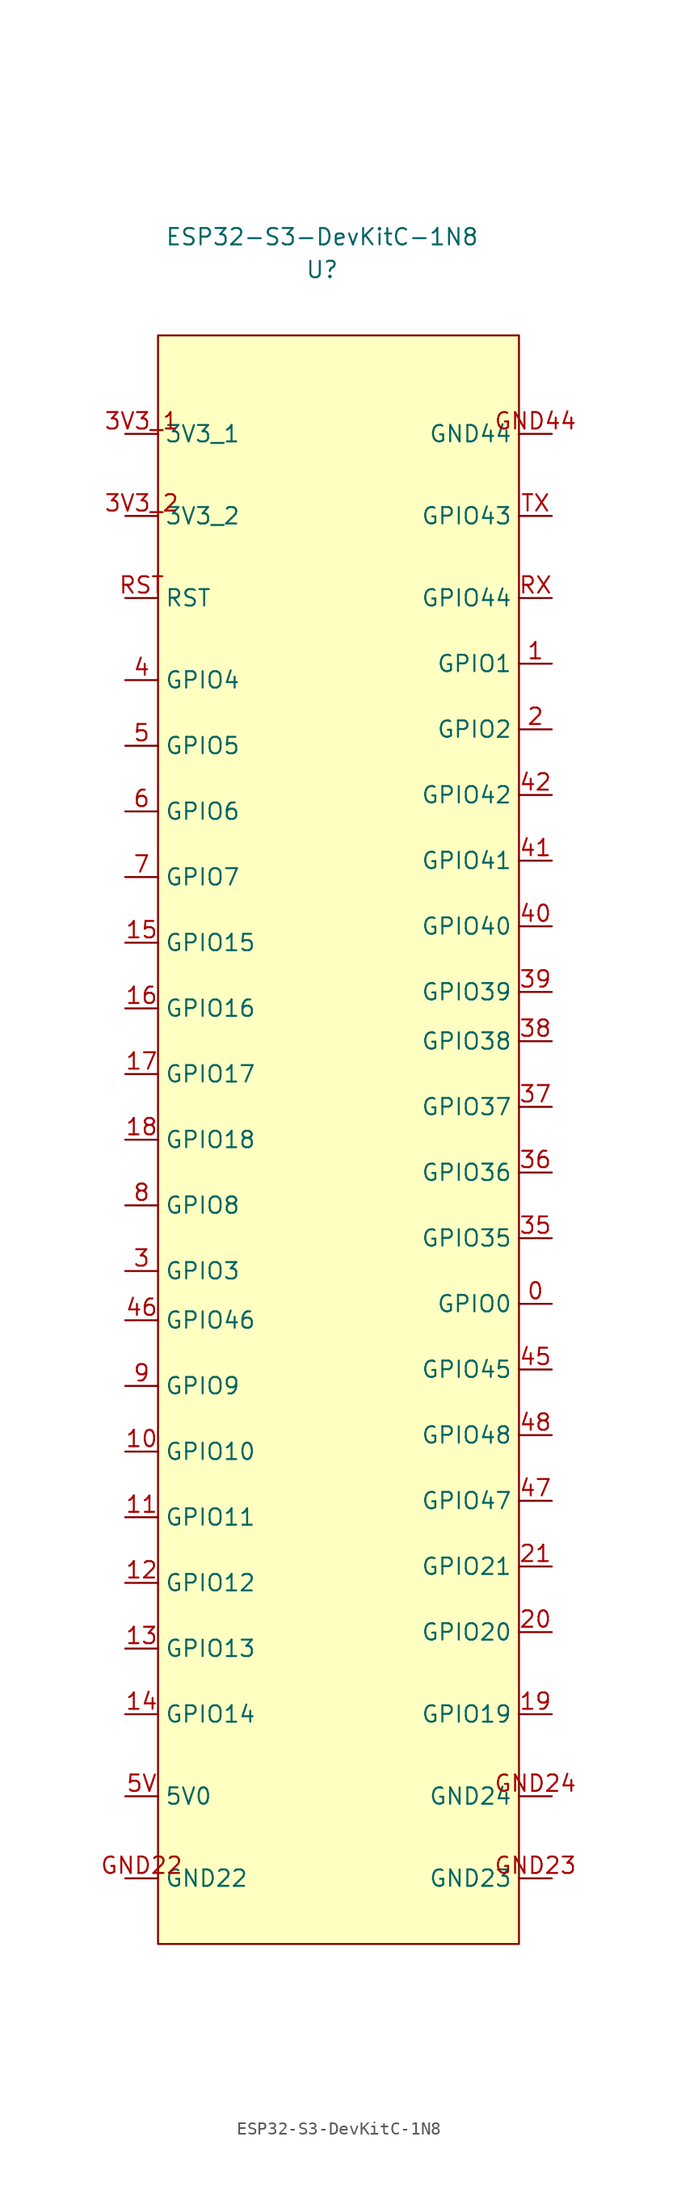
<source format=kicad_sym>
(kicad_symbol_lib
  (version 20241209)
  (generator "kicad_symbol_editor")
  (generator_version "9.0")
  (symbol "ESP32-S3-DevKitC-1N8"
    (property "Reference" "U"
      (at 0 0 0)
      (effects (font (size 1.27 1.27))))
    (property "Value" "ESP32-S3-DevKitC-1N8"
      (at 0 2.54 0)
      (effects (font (size 1.27 1.27))))
    (symbol "ESP32-S3-DevKitC-1N8_0_1"
      (rectangle (start -12.7 -5.08) (end 15.24 -129.54) (stroke (width 0) (type default)) (fill (type background))))
    (symbol "ESP32-S3-DevKitC-1N8_1_1"
      (pin input line (at -15.24 -12.7 0) (length 2.54) (name "3V3_1" (effects (font (size 1.27 1.27)))) (number "3V3_1" (effects (font (size 1.27 1.27)))))
      (pin input line (at -15.24 -19.05 0) (length 2.54) (name "3V3_2" (effects (font (size 1.27 1.27)))) (number "3V3_2" (effects (font (size 1.27 1.27)))))
      (pin input line (at -15.24 -25.4 0) (length 2.54) (name "RST" (effects (font (size 1.27 1.27)))) (number "RST" (effects (font (size 1.27 1.27)))))
      (pin bidirectional line (at -15.24 -31.75 0) (length 2.54) (name "GPIO4" (effects (font (size 1.27 1.27)))) (number "4" (effects (font (size 1.27 1.27)))))
      (pin bidirectional line (at -15.24 -36.83 0) (length 2.54) (name "GPIO5" (effects (font (size 1.27 1.27)))) (number "5" (effects (font (size 1.27 1.27)))))
      (pin bidirectional line (at -15.24 -41.91 0) (length 2.54) (name "GPIO6" (effects (font (size 1.27 1.27)))) (number "6" (effects (font (size 1.27 1.27)))))
      (pin bidirectional line (at -15.24 -46.99 0) (length 2.54) (name "GPIO7" (effects (font (size 1.27 1.27)))) (number "7" (effects (font (size 1.27 1.27)))))
      (pin bidirectional line (at -15.24 -52.07 0) (length 2.54) (name "GPIO15" (effects (font (size 1.27 1.27)))) (number "15" (effects (font (size 1.27 1.27)))))
      (pin bidirectional line (at -15.24 -57.15 0) (length 2.54) (name "GPIO16" (effects (font (size 1.27 1.27)))) (number "16" (effects (font (size 1.27 1.27)))))
      (pin bidirectional line (at -15.24 -62.23 0) (length 2.54) (name "GPIO17" (effects (font (size 1.27 1.27)))) (number "17" (effects (font (size 1.27 1.27)))))
      (pin bidirectional line (at -15.24 -67.31 0) (length 2.54) (name "GPIO18" (effects (font (size 1.27 1.27)))) (number "18" (effects (font (size 1.27 1.27)))))
      (pin bidirectional line (at -15.24 -72.39 0) (length 2.54) (name "GPIO8" (effects (font (size 1.27 1.27)))) (number "8" (effects (font (size 1.27 1.27)))))
      (pin bidirectional line (at -15.24 -77.47 0) (length 2.54) (name "GPIO3" (effects (font (size 1.27 1.27)))) (number "3" (effects (font (size 1.27 1.27)))))
      (pin bidirectional line (at -15.24 -81.28 0) (length 2.54) (name "GPIO46" (effects (font (size 1.27 1.27)))) (number "46" (effects (font (size 1.27 1.27)))))
      (pin input line (at -15.24 -86.36 0) (length 2.54) (name "GPIO9" (effects (font (size 1.27 1.27)))) (number "9" (effects (font (size 1.27 1.27)))))
      (pin output line (at -15.24 -91.44 0) (length 2.54) (name "GPIO10" (effects (font (size 1.27 1.27)))) (number "10" (effects (font (size 1.27 1.27)))))
      (pin output line (at -15.24 -96.52 0) (length 2.54) (name "GPIO11" (effects (font (size 1.27 1.27)))) (number "11" (effects (font (size 1.27 1.27)))))
      (pin output line (at -15.24 -101.6 0) (length 2.54) (name "GPIO12" (effects (font (size 1.27 1.27)))) (number "12" (effects (font (size 1.27 1.27)))))
      (pin input line (at -15.24 -106.68 0) (length 2.54) (name "GPIO13" (effects (font (size 1.27 1.27)))) (number "13" (effects (font (size 1.27 1.27)))))
      (pin output line (at -15.24 -111.76 0) (length 2.54) (name "GPIO14" (effects (font (size 1.27 1.27)))) (number "14" (effects (font (size 1.27 1.27)))))
      (pin input line (at -15.24 -118.11 0) (length 2.54) (name "5V0" (effects (font (size 1.27 1.27)))) (number "5V" (effects (font (size 1.27 1.27)))))
      (pin bidirectional line (at -15.24 -124.46 0) (length 2.54) (name "GND22" (effects (font (size 1.27 1.27)))) (number "GND22" (effects (font (size 1.27 1.27)))))
      (pin bidirectional line (at 17.78 -12.7 180) (length 2.54) (name "GND44" (effects (font (size 1.27 1.27)))) (number "GND44" (effects (font (size 1.27 1.27)))))
      (pin bidirectional line (at 17.78 -19.05 180) (length 2.54) (name "GPIO43" (effects (font (size 1.27 1.27)))) (number "TX" (effects (font (size 1.27 1.27)))))
      (pin bidirectional line (at 17.78 -25.4 180) (length 2.54) (name "GPIO44" (effects (font (size 1.27 1.27)))) (number "RX" (effects (font (size 1.27 1.27)))))
      (pin bidirectional line (at 17.78 -30.48 180) (length 2.54) (name "GPIO1" (effects (font (size 1.27 1.27)))) (number "1" (effects (font (size 1.27 1.27)))))
      (pin bidirectional line (at 17.78 -35.56 180) (length 2.54) (name "GPIO2" (effects (font (size 1.27 1.27)))) (number "2" (effects (font (size 1.27 1.27)))))
      (pin bidirectional line (at 17.78 -40.64 180) (length 2.54) (name "GPIO42" (effects (font (size 1.27 1.27)))) (number "42" (effects (font (size 1.27 1.27)))))
      (pin bidirectional line (at 17.78 -45.72 180) (length 2.54) (name "GPIO41" (effects (font (size 1.27 1.27)))) (number "41" (effects (font (size 1.27 1.27)))))
      (pin bidirectional line (at 17.78 -50.8 180) (length 2.54) (name "GPIO40" (effects (font (size 1.27 1.27)))) (number "40" (effects (font (size 1.27 1.27)))))
      (pin bidirectional line (at 17.78 -55.88 180) (length 2.54) (name "GPIO39" (effects (font (size 1.27 1.27)))) (number "39" (effects (font (size 1.27 1.27)))))
      (pin bidirectional line (at 17.78 -59.69 180) (length 2.54) (name "GPIO38" (effects (font (size 1.27 1.27)))) (number "38" (effects (font (size 1.27 1.27)))))
      (pin bidirectional line (at 17.78 -64.77 180) (length 2.54) (name "GPIO37" (effects (font (size 1.27 1.27)))) (number "37" (effects (font (size 1.27 1.27)))))
      (pin bidirectional line (at 17.78 -69.85 180) (length 2.54) (name "GPIO36" (effects (font (size 1.27 1.27)))) (number "36" (effects (font (size 1.27 1.27)))))
      (pin bidirectional line (at 17.78 -74.93 180) (length 2.54) (name "GPIO35" (effects (font (size 1.27 1.27)))) (number "35" (effects (font (size 1.27 1.27)))))
      (pin bidirectional line (at 17.78 -80.01 180) (length 2.54) (name "GPIO0" (effects (font (size 1.27 1.27)))) (number "0" (effects (font (size 1.27 1.27)))))
      (pin bidirectional line (at 17.78 -85.09 180) (length 2.54) (name "GPIO45" (effects (font (size 1.27 1.27)))) (number "45" (effects (font (size 1.27 1.27)))))
      (pin bidirectional line (at 17.78 -90.17 180) (length 2.54) (name "GPIO48" (effects (font (size 1.27 1.27)))) (number "48" (effects (font (size 1.27 1.27)))))
      (pin bidirectional line (at 17.78 -95.25 180) (length 2.54) (name "GPIO47" (effects (font (size 1.27 1.27)))) (number "47" (effects (font (size 1.27 1.27)))))
      (pin bidirectional line (at 17.78 -100.33 180) (length 2.54) (name "GPIO21" (effects (font (size 1.27 1.27)))) (number "21" (effects (font (size 1.27 1.27)))))
      (pin bidirectional line (at 17.78 -105.41 180) (length 2.54) (name "GPIO20" (effects (font (size 1.27 1.27)))) (number "20" (effects (font (size 1.27 1.27)))))
      (pin bidirectional line (at 17.78 -111.76 180) (length 2.54) (name "GPIO19" (effects (font (size 1.27 1.27)))) (number "19" (effects (font (size 1.27 1.27)))))
      (pin bidirectional line (at 17.78 -118.11 180) (length 2.54) (name "GND24" (effects (font (size 1.27 1.27)))) (number "GND24" (effects (font (size 1.27 1.27)))))
      (pin bidirectional line (at 17.78 -124.46 180) (length 2.54) (name "GND23" (effects (font (size 1.27 1.27)))) (number "GND23" (effects (font (size 1.27 1.27))))))))
</source>
